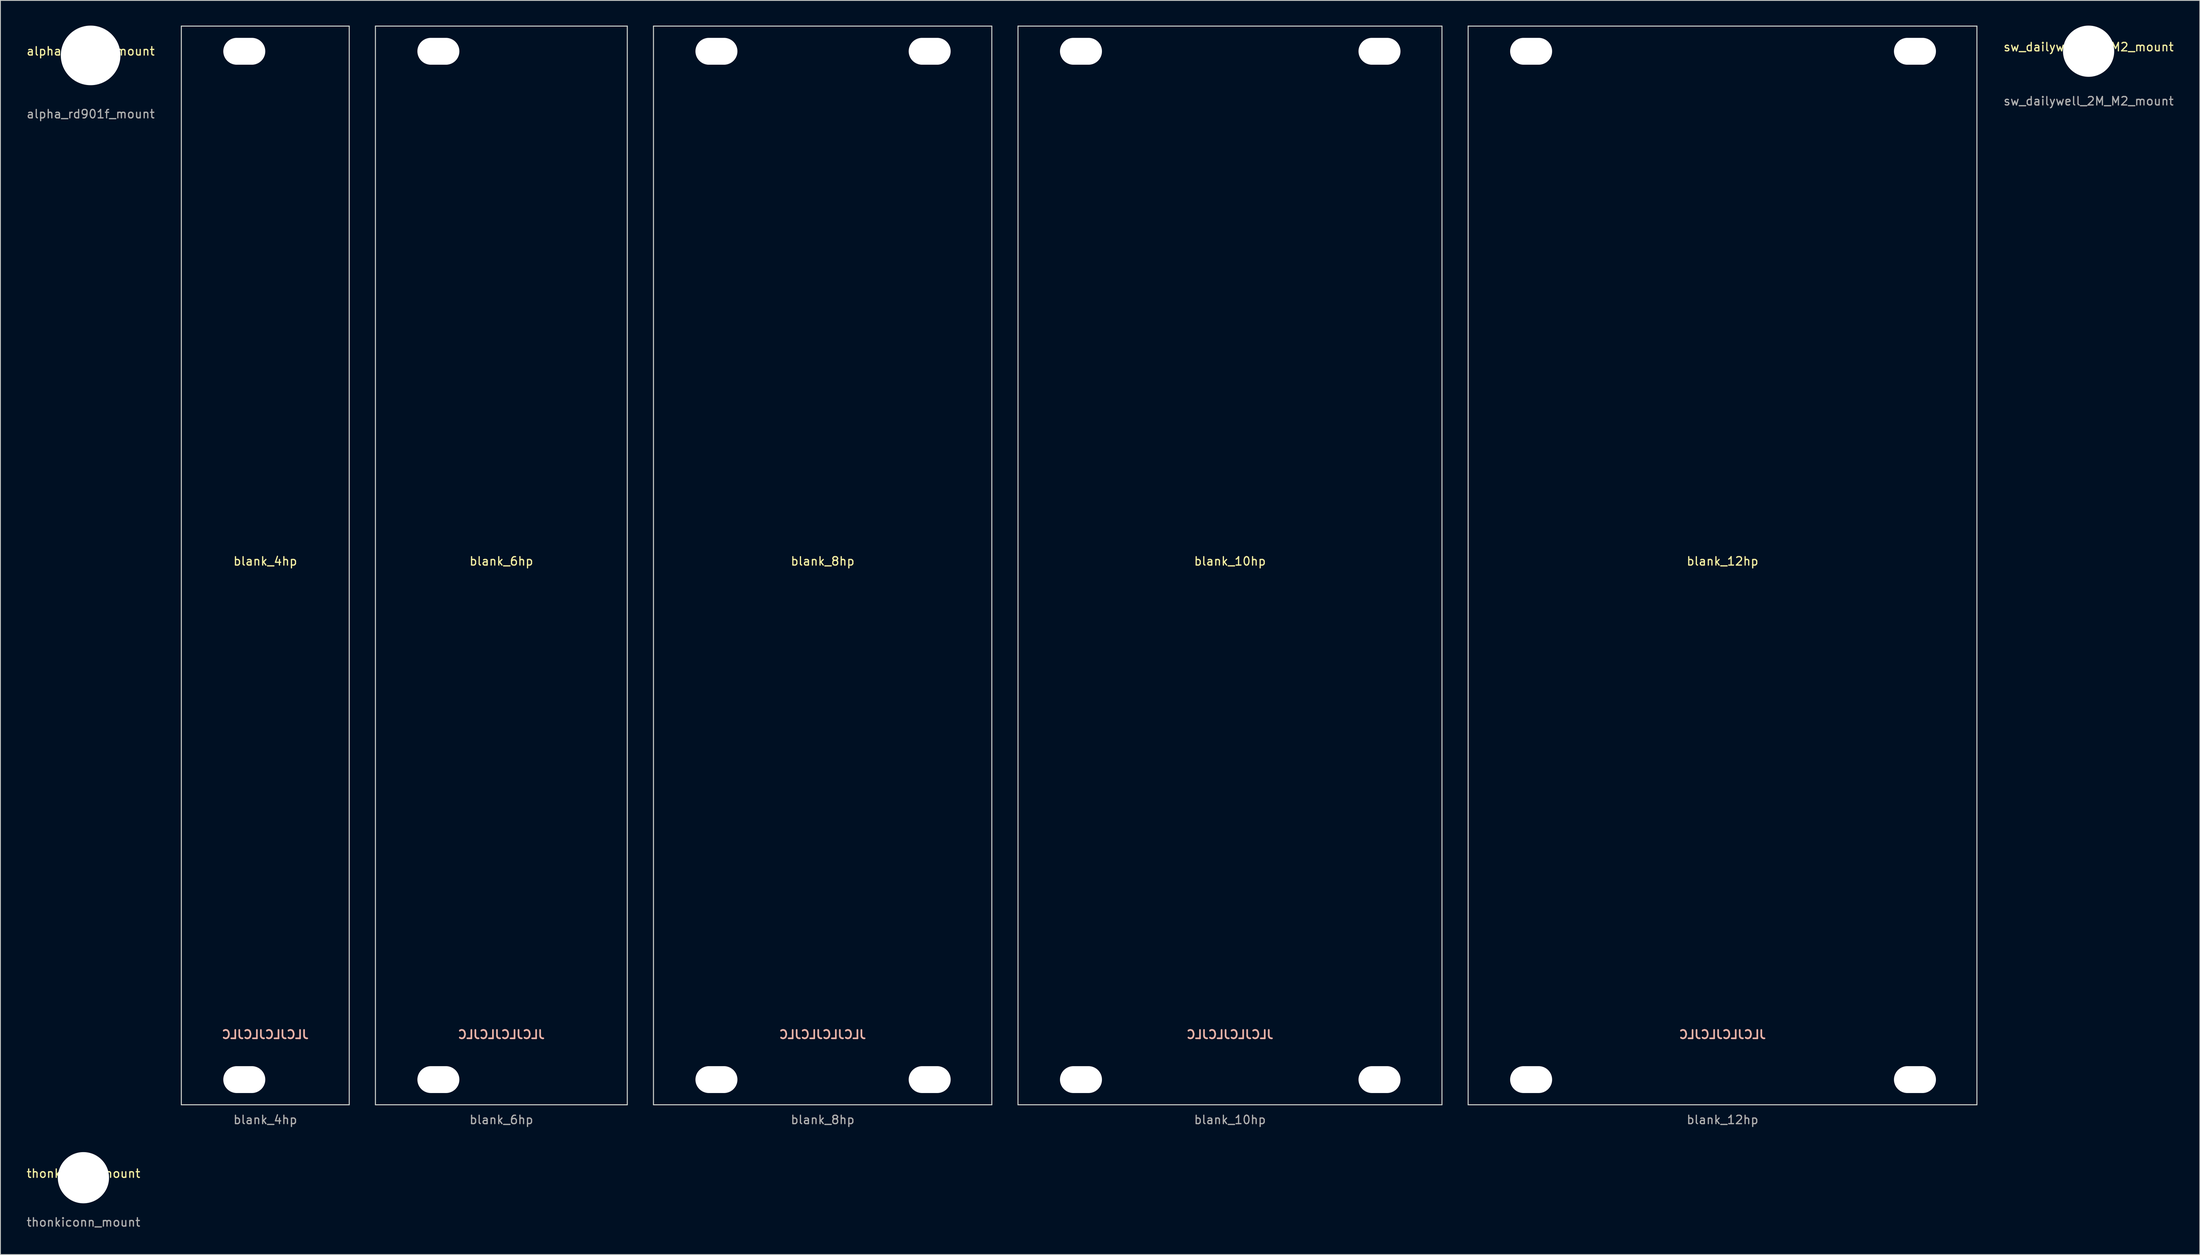
<source format=kicad_pcb>
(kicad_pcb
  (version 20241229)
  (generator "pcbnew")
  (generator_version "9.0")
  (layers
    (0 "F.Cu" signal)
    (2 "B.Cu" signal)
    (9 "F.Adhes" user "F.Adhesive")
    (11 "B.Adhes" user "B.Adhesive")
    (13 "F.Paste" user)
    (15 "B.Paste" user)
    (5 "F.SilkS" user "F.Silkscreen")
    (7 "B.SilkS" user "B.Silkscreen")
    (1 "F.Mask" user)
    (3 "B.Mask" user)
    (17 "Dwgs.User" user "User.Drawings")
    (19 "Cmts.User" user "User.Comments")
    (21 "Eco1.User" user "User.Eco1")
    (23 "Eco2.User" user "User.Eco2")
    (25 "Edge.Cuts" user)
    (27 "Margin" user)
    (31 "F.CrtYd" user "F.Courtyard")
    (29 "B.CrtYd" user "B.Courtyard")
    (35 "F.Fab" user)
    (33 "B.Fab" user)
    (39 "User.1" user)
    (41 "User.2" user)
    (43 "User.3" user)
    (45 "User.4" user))
  (footprint "blank_12hp"
    (layer "F.Cu")
    (at 202.128 64.31)
    (property "Reference" "blank_12hp" (at 0 -0.5 0) (unlocked yes) (layer "F.SilkS") (effects (font (size 1 1) (thickness 0.15))))
    (fp_line (start -30.3 -64.25) (end -30.3 64.25) (stroke (width 0.12) (type solid)) (layer "Edge.Cuts"))
    (fp_line (start -30.3 -64.25) (end 30.3 -64.25) (stroke (width 0.12) (type solid)) (layer "Edge.Cuts"))
    (fp_line (start -30.3 64.25) (end 30.3 64.25) (stroke (width 0.12) (type solid)) (layer "Edge.Cuts"))
    (fp_line (start 30.3 -64.25) (end 30.3 64.25) (stroke (width 0.12) (type solid)) (layer "Edge.Cuts"))
    (fp_text user "JLCJLCJLCJLC" (at 0 55.88 0) (unlocked yes) (layer "B.SilkS") (effects (font (size 1 1) (thickness 0.2)) (justify mirror)))
    (fp_text user "${REFERENCE}" (at 0 66.04 0) (unlocked yes) (layer "F.Fab") (effects (font (size 1 1) (thickness 0.15))))
    (pad "" np_thru_hole oval (at -22.8 -61.25) (size 5 3.2) (drill oval 5 3.2) (layers "*.Cu" "*.Mask"))
    (pad "" np_thru_hole oval (at -22.8 61.25) (size 5 3.2) (drill oval 5 3.2) (layers "*.Cu" "*.Mask"))
    (pad "" np_thru_hole oval (at 22.92 -61.25) (size 5 3.2) (drill oval 5 3.2) (layers "*.Cu" "*.Mask"))
    (pad "" np_thru_hole oval (at 22.92 61.25) (size 5 3.2) (drill oval 5 3.2) (layers "*.Cu" "*.Mask")))
  (footprint "alpha_rd901f_mount"
    (layer "F.Cu")
    (at 7.744 3.55)
    (property "Reference" "alpha_rd901f_mount" (at 0 -0.5 0) (unlocked yes) (layer "F.SilkS") (effects (font (size 1 1) (thickness 0.15))))
    (attr through_hole)
    (fp_text user "${REFERENCE}" (at 0 6.985 0) (unlocked yes) (layer "F.Fab") (effects (font (size 1 1) (thickness 0.15))))
    (pad "" np_thru_hole circle (at 0 0) (size 7.1 7.1) (drill 7.1) (layers "*.Cu" "*.Mask")))
  (footprint "blank_10hp"
    (layer "F.Cu")
    (at 143.458 64.31)
    (property "Reference" "blank_10hp" (at 0 -0.5 0) (unlocked yes) (layer "F.SilkS") (effects (font (size 1 1) (thickness 0.15))))
    (fp_line (start -25.25 -64.25) (end -25.25 64.25) (stroke (width 0.12) (type solid)) (layer "Edge.Cuts"))
    (fp_line (start -25.25 -64.25) (end 25.25 -64.25) (stroke (width 0.12) (type solid)) (layer "Edge.Cuts"))
    (fp_line (start -25.25 64.25) (end 25.25 64.25) (stroke (width 0.12) (type solid)) (layer "Edge.Cuts"))
    (fp_line (start 25.25 -64.25) (end 25.25 64.25) (stroke (width 0.12) (type solid)) (layer "Edge.Cuts"))
    (fp_text user "JLCJLCJLCJLC" (at 0 55.88 0) (unlocked yes) (layer "B.SilkS") (effects (font (size 1 1) (thickness 0.2)) (justify mirror)))
    (fp_text user "${REFERENCE}" (at 0 66.04 0) (unlocked yes) (layer "F.Fab") (effects (font (size 1 1) (thickness 0.15))))
    (pad "" np_thru_hole oval (at -17.75 -61.25) (size 5 3.2) (drill oval 5 3.2) (layers "*.Cu" "*.Mask"))
    (pad "" np_thru_hole oval (at -17.75 61.25) (size 5 3.2) (drill oval 5 3.2) (layers "*.Cu" "*.Mask"))
    (pad "" np_thru_hole oval (at 17.81 -61.25) (size 5 3.2) (drill oval 5 3.2) (layers "*.Cu" "*.Mask"))
    (pad "" np_thru_hole oval (at 17.81 61.25) (size 5 3.2) (drill oval 5 3.2) (layers "*.Cu" "*.Mask")))
  (footprint "sw_dailywell_2M_M2_mount"
    (layer "F.Cu")
    (at 245.732 3.05)
    (property "Reference" "sw_dailywell_2M_M2_mount" (at 0 -0.5 0) (unlocked yes) (layer "F.SilkS") (effects (font (size 1 1) (thickness 0.15))))
    (attr through_hole)
    (fp_text user "${REFERENCE}" (at 0 5.945 0) (unlocked yes) (layer "F.Fab") (effects (font (size 1 1) (thickness 0.15))))
    (pad "" np_thru_hole circle (at 0 0) (size 6.1 6.1) (drill 6.1) (layers "*.Cu" "*.Mask")))
  (footprint "blank_6hp"
    (layer "F.Cu")
    (at 56.668 64.31)
    (property "Reference" "blank_6hp" (at 0 -0.5 0) (unlocked yes) (layer "F.SilkS") (effects (font (size 1 1) (thickness 0.15))))
    (fp_line (start -15 -64.25) (end -15 64.25) (stroke (width 0.12) (type solid)) (layer "Edge.Cuts"))
    (fp_line (start -15 -64.25) (end 15 -64.25) (stroke (width 0.12) (type solid)) (layer "Edge.Cuts"))
    (fp_line (start -15 64.25) (end 15 64.25) (stroke (width 0.12) (type solid)) (layer "Edge.Cuts"))
    (fp_line (start 15 -64.25) (end 15 64.25) (stroke (width 0.12) (type solid)) (layer "Edge.Cuts"))
    (fp_text user "JLCJLCJLCJLC" (at 0 55.88 0) (unlocked yes) (layer "B.SilkS") (effects (font (size 1 1) (thickness 0.2)) (justify mirror)))
    (fp_text user "${REFERENCE}" (at 0 66.04 0) (unlocked yes) (layer "F.Fab") (effects (font (size 1 1) (thickness 0.15))))
    (pad "" np_thru_hole oval (at -7.5 -61.25) (size 5 3.2) (drill oval 5 3.2) (layers "*.Cu" "*.Mask"))
    (pad "" np_thru_hole oval (at -7.5 61.25) (size 5 3.2) (drill oval 5 3.2) (layers "*.Cu" "*.Mask")))
  (footprint "thonkiconn_mount"
    (layer "F.Cu")
    (at 6.887 137.248)
    (property "Reference" "thonkiconn_mount" (at 0 -0.5 0) (unlocked yes) (layer "F.SilkS") (effects (font (size 1 1) (thickness 0.15))))
    (attr through_hole)
    (fp_text user "${REFERENCE}" (at 0 5.31 0) (unlocked yes) (layer "F.Fab") (effects (font (size 1 1) (thickness 0.15))))
    (pad "" np_thru_hole circle (at 0 0) (size 6.1 6.1) (drill 6.1) (layers "*.Cu" "*.Mask")))
  (footprint "blank_8hp"
    (layer "F.Cu")
    (at 94.938 64.31)
    (property "Reference" "blank_8hp" (at 0 -0.5 0) (unlocked yes) (layer "F.SilkS") (effects (font (size 1 1) (thickness 0.15))))
    (fp_line (start -20.15 -64.25) (end -20.15 64.25) (stroke (width 0.12) (type solid)) (layer "Edge.Cuts"))
    (fp_line (start -20.15 -64.25) (end 20.15 -64.25) (stroke (width 0.12) (type solid)) (layer "Edge.Cuts"))
    (fp_line (start -20.15 64.25) (end 20.15 64.25) (stroke (width 0.12) (type solid)) (layer "Edge.Cuts"))
    (fp_line (start 20.15 -64.25) (end 20.15 64.25) (stroke (width 0.12) (type solid)) (layer "Edge.Cuts"))
    (fp_text user "JLCJLCJLCJLC" (at 0 55.88 0) (unlocked yes) (layer "B.SilkS") (effects (font (size 1 1) (thickness 0.2)) (justify mirror)))
    (fp_text user "${REFERENCE}" (at 0 66.04 0) (unlocked yes) (layer "F.Fab") (effects (font (size 1 1) (thickness 0.15))))
    (pad "" np_thru_hole oval (at -12.65 -61.25) (size 5 3.2) (drill oval 5 3.2) (layers "*.Cu" "*.Mask"))
    (pad "" np_thru_hole oval (at -12.65 61.25) (size 5 3.2) (drill oval 5 3.2) (layers "*.Cu" "*.Mask"))
    (pad "" np_thru_hole oval (at 12.75 -61.25) (size 5 3.2) (drill oval 5 3.2) (layers "*.Cu" "*.Mask"))
    (pad "" np_thru_hole oval (at 12.75 61.25) (size 5 3.2) (drill oval 5 3.2) (layers "*.Cu" "*.Mask")))
  (footprint "blank_4hp"
    (layer "F.Cu")
    (at 28.548 64.31)
    (property "Reference" "blank_4hp" (at 0 -0.5 0) (unlocked yes) (layer "F.SilkS") (effects (font (size 1 1) (thickness 0.15))))
    (fp_line (start -10 -64.25) (end -10 64.25) (stroke (width 0.12) (type solid)) (layer "Edge.Cuts"))
    (fp_line (start -10 -64.25) (end 10 -64.25) (stroke (width 0.12) (type solid)) (layer "Edge.Cuts"))
    (fp_line (start -10 64.25) (end 10 64.25) (stroke (width 0.12) (type solid)) (layer "Edge.Cuts"))
    (fp_line (start 10 -64.25) (end 10 64.25) (stroke (width 0.12) (type solid)) (layer "Edge.Cuts"))
    (fp_text user "JLCJLCJLCJLC" (at 0 55.88 0) (unlocked yes) (layer "B.SilkS") (effects (font (size 1 1) (thickness 0.2)) (justify mirror)))
    (fp_text user "${REFERENCE}" (at 0 66.04 0) (unlocked yes) (layer "F.Fab") (effects (font (size 1 1) (thickness 0.15))))
    (pad "" np_thru_hole oval (at -2.5 -61.25) (size 5 3.2) (drill oval 5 3.2) (layers "*.Cu" "*.Mask"))
    (pad "" np_thru_hole oval (at -2.5 61.25) (size 5 3.2) (drill oval 5 3.2) (layers "*.Cu" "*.Mask")))
  (gr_rect
    (start -3 -3)
    (end 258.976 146.406)
    (stroke (width 0.1) (type default))
    (fill no)
    (layer "Edge.Cuts")))
</source>
